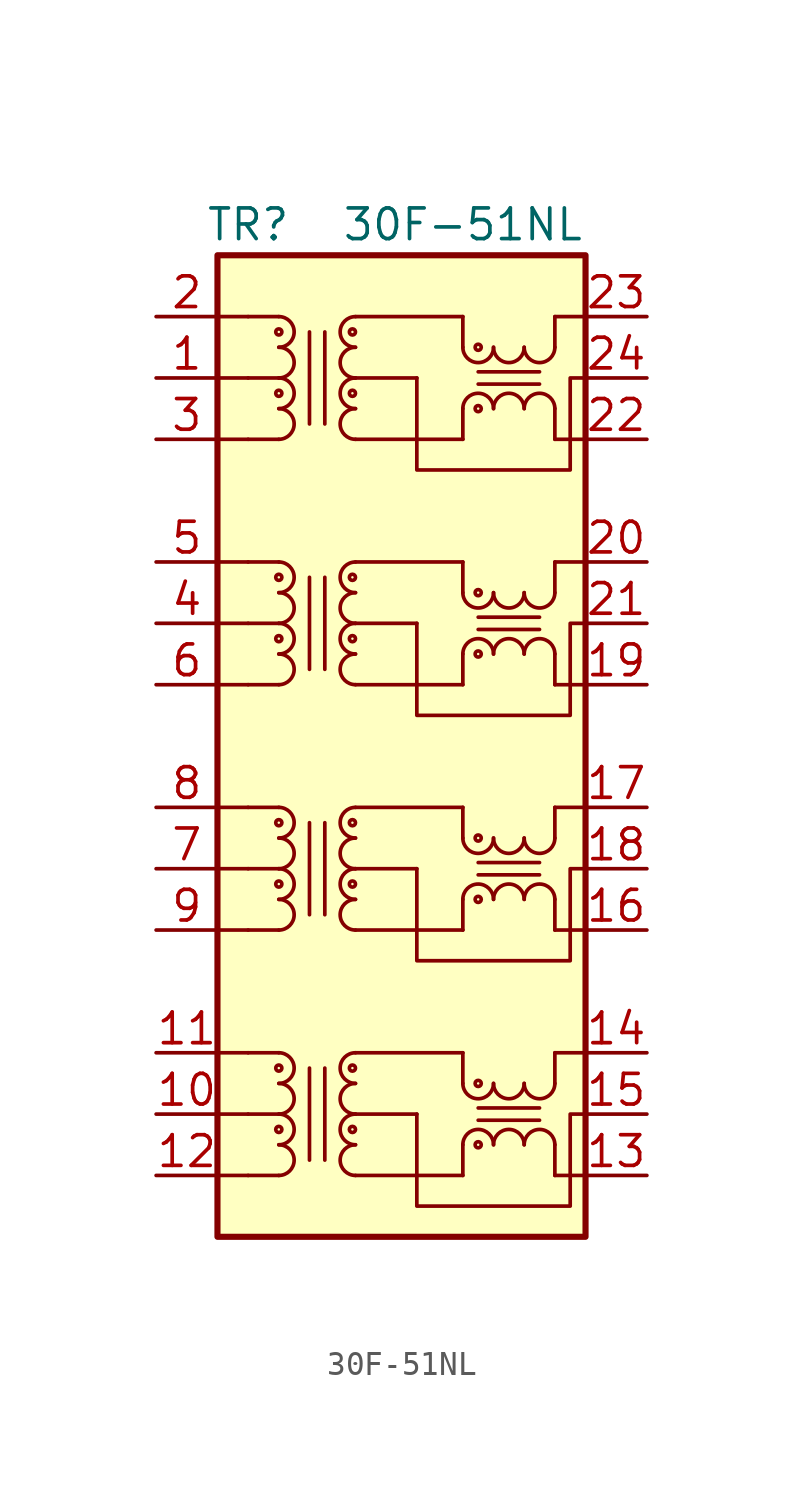
<source format=kicad_sym>
(kicad_symbol_lib
  (version 20220914)
  (generator kicad_symbol_editor)
  (symbol "30F-51NL"
    (pin_names
      (offset 1.016) hide)
    (property "Reference" "TR"
      (at -6.35 21.59 0)
      (effects (font (size 1.27 1.27))))
    (property "Value" "30F-51NL"
      (at 2.54 21.59 0)
      (effects (font (size 1.27 1.27))))
    (symbol "30F-51NL_0_1"
      (rectangle (start -7.62 20.32) (end 7.62 -20.32) (stroke (width 0.254) (type default)) (fill (type background)))
      (polyline (pts (xy 2.54 -16.51) (xy 2.54 -17.78)) (stroke (width 0) (type default)) (fill (type none)))
      (polyline (pts (xy 2.54 -12.7) (xy 2.54 -13.97)) (stroke (width 0) (type default)) (fill (type none)))
      (polyline (pts (xy 2.54 -6.35) (xy 2.54 -7.62)) (stroke (width 0) (type default)) (fill (type none)))
      (polyline (pts (xy 2.54 -2.54) (xy 2.54 -3.81)) (stroke (width 0) (type default)) (fill (type none)))
      (polyline (pts (xy 2.54 3.81) (xy 2.54 2.54)) (stroke (width 0) (type default)) (fill (type none)))
      (polyline (pts (xy 2.54 7.62) (xy 2.54 6.35)) (stroke (width 0) (type default)) (fill (type none)))
      (polyline (pts (xy 2.54 13.97) (xy 2.54 12.7)) (stroke (width 0) (type default)) (fill (type none)))
      (polyline (pts (xy 2.54 17.78) (xy 2.54 16.51)) (stroke (width 0) (type default)) (fill (type none)))
      (polyline (pts (xy 6.35 -17.78) (xy 6.35 -16.51)) (stroke (width 0) (type default)) (fill (type none)))
      (polyline (pts (xy 6.35 -13.97) (xy 6.35 -12.7)) (stroke (width 0) (type default)) (fill (type none)))
      (polyline (pts (xy 6.35 -7.62) (xy 6.35 -6.35)) (stroke (width 0) (type default)) (fill (type none)))
      (polyline (pts (xy 6.35 -3.81) (xy 6.35 -2.54)) (stroke (width 0) (type default)) (fill (type none)))
      (polyline (pts (xy 6.35 2.54) (xy 6.35 3.81)) (stroke (width 0) (type default)) (fill (type none)))
      (polyline (pts (xy 6.35 6.35) (xy 6.35 7.62)) (stroke (width 0) (type default)) (fill (type none)))
      (polyline (pts (xy 6.35 12.7) (xy 6.35 13.97)) (stroke (width 0) (type default)) (fill (type none)))
      (polyline (pts (xy 6.35 16.51) (xy 6.35 17.78)) (stroke (width 0) (type default)) (fill (type none)))
      (polyline (pts (xy 7.62 15.24) (xy 7.62 15.24)) (stroke (width 0) (type default)) (fill (type none)))
      (polyline (pts (xy 0.635 -15.24) (xy 0.635 -19.05) (xy 6.985 -19.05) (xy 6.985 -15.24) (xy 7.62 -15.24)) (stroke (width 0) (type default)) (fill (type none)))
      (polyline (pts (xy 0.635 -5.08) (xy 0.635 -8.89) (xy 6.985 -8.89) (xy 6.985 -5.08) (xy 7.62 -5.08)) (stroke (width 0) (type default)) (fill (type none)))
      (polyline (pts (xy 0.635 5.08) (xy 0.635 1.27) (xy 6.985 1.27) (xy 6.985 5.08) (xy 7.62 5.08)) (stroke (width 0) (type default)) (fill (type none)))
      (polyline (pts (xy 0.635 15.24) (xy 0.635 11.43) (xy 6.985 11.43) (xy 6.985 15.24) (xy 7.62 15.24)) (stroke (width 0) (type default)) (fill (type none)))
      (pin passive line (at -10.16 15.24 0) (length 2.54) (name "CT" (effects (font (size 1.27 1.27)))) (number "1" (effects (font (size 1.27 1.27)))))
      (pin passive line (at -10.16 -15.24 0) (length 2.54) (name "CT" (effects (font (size 1.27 1.27)))) (number "10" (effects (font (size 1.27 1.27)))))
      (pin passive line (at -10.16 -12.7 0) (length 2.54) (name "TD4+" (effects (font (size 1.27 1.27)))) (number "11" (effects (font (size 1.27 1.27)))))
      (pin passive line (at -10.16 -17.78 0) (length 2.54) (name "TD4-" (effects (font (size 1.27 1.27)))) (number "12" (effects (font (size 1.27 1.27)))))
      (pin passive line (at 10.16 -17.78 180) (length 2.54) (name "MX4-" (effects (font (size 1.27 1.27)))) (number "13" (effects (font (size 1.27 1.27)))))
      (pin passive line (at 10.16 -12.7 180) (length 2.54) (name "MX4+" (effects (font (size 1.27 1.27)))) (number "14" (effects (font (size 1.27 1.27)))))
      (pin passive line (at 10.16 -15.24 180) (length 2.54) (name "CT" (effects (font (size 1.27 1.27)))) (number "15" (effects (font (size 1.27 1.27)))))
      (pin passive line (at 10.16 -7.62 180) (length 2.54) (name "MX3-" (effects (font (size 1.27 1.27)))) (number "16" (effects (font (size 1.27 1.27)))))
      (pin passive line (at 10.16 -2.54 180) (length 2.54) (name "MX3+" (effects (font (size 1.27 1.27)))) (number "17" (effects (font (size 1.27 1.27)))))
      (pin passive line (at 10.16 -5.08 180) (length 2.54) (name "CT" (effects (font (size 1.27 1.27)))) (number "18" (effects (font (size 1.27 1.27)))))
      (pin passive line (at 10.16 2.54 180) (length 2.54) (name "MX2-" (effects (font (size 1.27 1.27)))) (number "19" (effects (font (size 1.27 1.27)))))
      (pin passive line (at -10.16 17.78 0) (length 2.54) (name "TD1+" (effects (font (size 1.27 1.27)))) (number "2" (effects (font (size 1.27 1.27)))))
      (pin passive line (at 10.16 7.62 180) (length 2.54) (name "MX2+" (effects (font (size 1.27 1.27)))) (number "20" (effects (font (size 1.27 1.27)))))
      (pin passive line (at 10.16 5.08 180) (length 2.54) (name "CT" (effects (font (size 1.27 1.27)))) (number "21" (effects (font (size 1.27 1.27)))))
      (pin passive line (at 10.16 12.7 180) (length 2.54) (name "MX1-" (effects (font (size 1.27 1.27)))) (number "22" (effects (font (size 1.27 1.27)))))
      (pin passive line (at 10.16 17.78 180) (length 2.54) (name "MX1+" (effects (font (size 1.27 1.27)))) (number "23" (effects (font (size 1.27 1.27)))))
      (pin passive line (at 10.16 15.24 180) (length 2.54) (name "CT" (effects (font (size 1.27 1.27)))) (number "24" (effects (font (size 1.27 1.27)))))
      (pin passive line (at -10.16 12.7 0) (length 2.54) (name "TD1-" (effects (font (size 1.27 1.27)))) (number "3" (effects (font (size 1.27 1.27)))))
      (pin passive line (at -10.16 5.08 0) (length 2.54) (name "CT" (effects (font (size 1.27 1.27)))) (number "4" (effects (font (size 1.27 1.27)))))
      (pin passive line (at -10.16 7.62 0) (length 2.54) (name "TD2+" (effects (font (size 1.27 1.27)))) (number "5" (effects (font (size 1.27 1.27)))))
      (pin passive line (at -10.16 2.54 0) (length 2.54) (name "TD2-" (effects (font (size 1.27 1.27)))) (number "6" (effects (font (size 1.27 1.27)))))
      (pin passive line (at -10.16 -5.08 0) (length 2.54) (name "CT" (effects (font (size 1.27 1.27)))) (number "7" (effects (font (size 1.27 1.27)))))
      (pin passive line (at -10.16 -2.54 0) (length 2.54) (name "TD3+" (effects (font (size 1.27 1.27)))) (number "8" (effects (font (size 1.27 1.27)))))
      (pin passive line (at -10.16 -7.62 0) (length 2.54) (name "TD3-" (effects (font (size 1.27 1.27)))) (number "9" (effects (font (size 1.27 1.27))))))
    (symbol "30F-51NL_1_1"
      (arc (start -5.08 -17.78) (mid -4.4477 -17.145) (end -5.08 -16.51) (stroke (width 0) (type default)) (fill (type none)))
      (arc (start -5.08 -16.51) (mid -4.4477 -15.875) (end -5.08 -15.24) (stroke (width 0) (type default)) (fill (type none)))
      (circle (center -5.08 -15.875) (radius 0.127) (stroke (width 0) (type default)) (fill (type none)))
      (arc (start -5.08 -15.24) (mid -4.4477 -14.605) (end -5.08 -13.97) (stroke (width 0) (type default)) (fill (type none)))
      (arc (start -5.08 -13.97) (mid -4.4477 -13.335) (end -5.08 -12.7) (stroke (width 0) (type default)) (fill (type none)))
      (circle (center -5.08 -13.335) (radius 0.127) (stroke (width 0) (type default)) (fill (type none)))
      (arc (start -5.08 -7.62) (mid -4.4477 -6.985) (end -5.08 -6.35) (stroke (width 0) (type default)) (fill (type none)))
      (arc (start -5.08 -6.35) (mid -4.4477 -5.715) (end -5.08 -5.08) (stroke (width 0) (type default)) (fill (type none)))
      (circle (center -5.08 -5.715) (radius 0.127) (stroke (width 0) (type default)) (fill (type none)))
      (arc (start -5.08 -5.08) (mid -4.4477 -4.445) (end -5.08 -3.81) (stroke (width 0) (type default)) (fill (type none)))
      (arc (start -5.08 -3.81) (mid -4.4477 -3.175) (end -5.08 -2.54) (stroke (width 0) (type default)) (fill (type none)))
      (circle (center -5.08 -3.175) (radius 0.127) (stroke (width 0) (type default)) (fill (type none)))
      (arc (start -5.08 2.54) (mid -4.4477 3.175) (end -5.08 3.81) (stroke (width 0) (type default)) (fill (type none)))
      (arc (start -5.08 3.81) (mid -4.4477 4.445) (end -5.08 5.08) (stroke (width 0) (type default)) (fill (type none)))
      (circle (center -5.08 4.445) (radius 0.127) (stroke (width 0) (type default)) (fill (type none)))
      (arc (start -5.08 5.08) (mid -4.4477 5.715) (end -5.08 6.35) (stroke (width 0) (type default)) (fill (type none)))
      (arc (start -5.08 6.35) (mid -4.4477 6.985) (end -5.08 7.62) (stroke (width 0) (type default)) (fill (type none)))
      (circle (center -5.08 6.985) (radius 0.127) (stroke (width 0) (type default)) (fill (type none)))
      (arc (start -5.08 12.7) (mid -4.4477 13.335) (end -5.08 13.97) (stroke (width 0) (type default)) (fill (type none)))
      (arc (start -5.08 13.97) (mid -4.4477 14.605) (end -5.08 15.24) (stroke (width 0) (type default)) (fill (type none)))
      (circle (center -5.08 14.605) (radius 0.127) (stroke (width 0) (type default)) (fill (type none)))
      (arc (start -5.08 15.24) (mid -4.4477 15.875) (end -5.08 16.51) (stroke (width 0) (type default)) (fill (type none)))
      (arc (start -5.08 16.51) (mid -4.4477 17.145) (end -5.08 17.78) (stroke (width 0) (type default)) (fill (type none)))
      (circle (center -5.08 17.145) (radius 0.127) (stroke (width 0) (type default)) (fill (type none)))
      (circle (center -2.032 -15.875) (radius 0.127) (stroke (width 0) (type default)) (fill (type none)))
      (circle (center -2.032 -13.335) (radius 0.127) (stroke (width 0) (type default)) (fill (type none)))
      (circle (center -2.032 -5.715) (radius 0.127) (stroke (width 0) (type default)) (fill (type none)))
      (circle (center -2.032 -3.175) (radius 0.127) (stroke (width 0) (type default)) (fill (type none)))
      (circle (center -2.032 4.445) (radius 0.127) (stroke (width 0) (type default)) (fill (type none)))
      (circle (center -2.032 6.985) (radius 0.127) (stroke (width 0) (type default)) (fill (type none)))
      (circle (center -2.032 14.605) (radius 0.127) (stroke (width 0) (type default)) (fill (type none)))
      (circle (center -2.032 17.145) (radius 0.127) (stroke (width 0) (type default)) (fill (type none)))
      (arc (start -1.905 -16.51) (mid -2.5373 -17.145) (end -1.905 -17.78) (stroke (width 0) (type default)) (fill (type none)))
      (arc (start -1.905 -15.24) (mid -2.5373 -15.875) (end -1.905 -16.51) (stroke (width 0) (type default)) (fill (type none)))
      (arc (start -1.905 -13.97) (mid -2.5373 -14.605) (end -1.905 -15.24) (stroke (width 0) (type default)) (fill (type none)))
      (arc (start -1.905 -12.7) (mid -2.5373 -13.335) (end -1.905 -13.97) (stroke (width 0) (type default)) (fill (type none)))
      (arc (start -1.905 -6.35) (mid -2.5373 -6.985) (end -1.905 -7.62) (stroke (width 0) (type default)) (fill (type none)))
      (arc (start -1.905 -5.08) (mid -2.5373 -5.715) (end -1.905 -6.35) (stroke (width 0) (type default)) (fill (type none)))
      (arc (start -1.905 -3.81) (mid -2.5373 -4.445) (end -1.905 -5.08) (stroke (width 0) (type default)) (fill (type none)))
      (arc (start -1.905 -2.54) (mid -2.5373 -3.175) (end -1.905 -3.81) (stroke (width 0) (type default)) (fill (type none)))
      (arc (start -1.905 3.81) (mid -2.5373 3.175) (end -1.905 2.54) (stroke (width 0) (type default)) (fill (type none)))
      (arc (start -1.905 5.08) (mid -2.5373 4.445) (end -1.905 3.81) (stroke (width 0) (type default)) (fill (type none)))
      (arc (start -1.905 6.35) (mid -2.5373 5.715) (end -1.905 5.08) (stroke (width 0) (type default)) (fill (type none)))
      (arc (start -1.905 7.62) (mid -2.5373 6.985) (end -1.905 6.35) (stroke (width 0) (type default)) (fill (type none)))
      (arc (start -1.905 13.97) (mid -2.5373 13.335) (end -1.905 12.7) (stroke (width 0) (type default)) (fill (type none)))
      (arc (start -1.905 15.24) (mid -2.5373 14.605) (end -1.905 13.97) (stroke (width 0) (type default)) (fill (type none)))
      (arc (start -1.905 16.51) (mid -2.5373 15.875) (end -1.905 15.24) (stroke (width 0) (type default)) (fill (type none)))
      (arc (start -1.905 17.78) (mid -2.5373 17.145) (end -1.905 16.51) (stroke (width 0) (type default)) (fill (type none)))
      (polyline (pts (xy -7.62 -17.78) (xy -6.35 -17.78)) (stroke (width 0) (type default)) (fill (type none)))
      (polyline (pts (xy -7.62 -15.24) (xy -6.35 -15.24)) (stroke (width 0) (type default)) (fill (type none)))
      (polyline (pts (xy -7.62 -12.7) (xy -6.35 -12.7)) (stroke (width 0) (type default)) (fill (type none)))
      (polyline (pts (xy -7.62 -7.62) (xy -6.35 -7.62)) (stroke (width 0) (type default)) (fill (type none)))
      (polyline (pts (xy -7.62 -5.08) (xy -6.35 -5.08)) (stroke (width 0) (type default)) (fill (type none)))
      (polyline (pts (xy -7.62 -2.54) (xy -6.35 -2.54)) (stroke (width 0) (type default)) (fill (type none)))
      (polyline (pts (xy -7.62 2.54) (xy -6.35 2.54)) (stroke (width 0) (type default)) (fill (type none)))
      (polyline (pts (xy -7.62 5.08) (xy -6.35 5.08)) (stroke (width 0) (type default)) (fill (type none)))
      (polyline (pts (xy -7.62 7.62) (xy -6.35 7.62)) (stroke (width 0) (type default)) (fill (type none)))
      (polyline (pts (xy -7.62 12.7) (xy -6.35 12.7)) (stroke (width 0) (type default)) (fill (type none)))
      (polyline (pts (xy -7.62 15.24) (xy -6.35 15.24)) (stroke (width 0) (type default)) (fill (type none)))
      (polyline (pts (xy -7.62 17.78) (xy -6.35 17.78)) (stroke (width 0) (type default)) (fill (type none)))
      (polyline (pts (xy -6.35 -17.78) (xy -5.08 -17.78)) (stroke (width 0) (type default)) (fill (type none)))
      (polyline (pts (xy -6.35 -15.24) (xy -5.08 -15.24)) (stroke (width 0) (type default)) (fill (type none)))
      (polyline (pts (xy -6.35 -12.7) (xy -5.08 -12.7)) (stroke (width 0) (type default)) (fill (type none)))
      (polyline (pts (xy -6.35 -7.62) (xy -5.08 -7.62)) (stroke (width 0) (type default)) (fill (type none)))
      (polyline (pts (xy -6.35 -5.08) (xy -5.08 -5.08)) (stroke (width 0) (type default)) (fill (type none)))
      (polyline (pts (xy -6.35 -2.54) (xy -5.08 -2.54)) (stroke (width 0) (type default)) (fill (type none)))
      (polyline (pts (xy -6.35 2.54) (xy -5.08 2.54)) (stroke (width 0) (type default)) (fill (type none)))
      (polyline (pts (xy -6.35 5.08) (xy -5.08 5.08)) (stroke (width 0) (type default)) (fill (type none)))
      (polyline (pts (xy -6.35 7.62) (xy -5.08 7.62)) (stroke (width 0) (type default)) (fill (type none)))
      (polyline (pts (xy -6.35 12.7) (xy -5.08 12.7)) (stroke (width 0) (type default)) (fill (type none)))
      (polyline (pts (xy -6.35 15.24) (xy -5.08 15.24)) (stroke (width 0) (type default)) (fill (type none)))
      (polyline (pts (xy -6.35 17.78) (xy -5.08 17.78)) (stroke (width 0) (type default)) (fill (type none)))
      (polyline (pts (xy -3.81 -17.145) (xy -3.81 -13.335)) (stroke (width 0) (type default)) (fill (type none)))
      (polyline (pts (xy -3.81 -6.985) (xy -3.81 -3.175)) (stroke (width 0) (type default)) (fill (type none)))
      (polyline (pts (xy -3.81 3.175) (xy -3.81 6.985)) (stroke (width 0) (type default)) (fill (type none)))
      (polyline (pts (xy -3.81 13.335) (xy -3.81 17.145)) (stroke (width 0) (type default)) (fill (type none)))
      (polyline (pts (xy -3.175 -17.145) (xy -3.175 -13.335)) (stroke (width 0) (type default)) (fill (type none)))
      (polyline (pts (xy -3.175 -6.985) (xy -3.175 -3.175)) (stroke (width 0) (type default)) (fill (type none)))
      (polyline (pts (xy -3.175 3.175) (xy -3.175 6.985)) (stroke (width 0) (type default)) (fill (type none)))
      (polyline (pts (xy -3.175 13.335) (xy -3.175 17.145)) (stroke (width 0) (type default)) (fill (type none)))
      (polyline (pts (xy 0.635 -15.24) (xy -1.905 -15.24)) (stroke (width 0) (type default)) (fill (type none)))
      (polyline (pts (xy 0.635 -5.08) (xy -1.905 -5.08)) (stroke (width 0) (type default)) (fill (type none)))
      (polyline (pts (xy 0.635 5.08) (xy -1.905 5.08)) (stroke (width 0) (type default)) (fill (type none)))
      (polyline (pts (xy 0.635 15.24) (xy -1.905 15.24)) (stroke (width 0) (type default)) (fill (type none)))
      (polyline (pts (xy 2.54 -17.78) (xy -1.905 -17.78)) (stroke (width 0) (type default)) (fill (type none)))
      (polyline (pts (xy 2.54 -12.7) (xy -1.905 -12.7)) (stroke (width 0) (type default)) (fill (type none)))
      (polyline (pts (xy 2.54 -7.62) (xy -1.905 -7.62)) (stroke (width 0) (type default)) (fill (type none)))
      (polyline (pts (xy 2.54 -2.54) (xy -1.905 -2.54)) (stroke (width 0) (type default)) (fill (type none)))
      (polyline (pts (xy 2.54 2.54) (xy -1.905 2.54)) (stroke (width 0) (type default)) (fill (type none)))
      (polyline (pts (xy 2.54 7.62) (xy -1.905 7.62)) (stroke (width 0) (type default)) (fill (type none)))
      (polyline (pts (xy 2.54 12.7) (xy -1.905 12.7)) (stroke (width 0) (type default)) (fill (type none)))
      (polyline (pts (xy 2.54 17.78) (xy -1.905 17.78)) (stroke (width 0) (type default)) (fill (type none)))
      (polyline (pts (xy 5.715 -15.494) (xy 3.175 -15.494)) (stroke (width 0) (type default)) (fill (type none)))
      (polyline (pts (xy 5.715 -14.986) (xy 3.175 -14.986)) (stroke (width 0) (type default)) (fill (type none)))
      (polyline (pts (xy 5.715 -5.334) (xy 3.175 -5.334)) (stroke (width 0) (type default)) (fill (type none)))
      (polyline (pts (xy 5.715 -4.826) (xy 3.175 -4.826)) (stroke (width 0) (type default)) (fill (type none)))
      (polyline (pts (xy 5.715 4.826) (xy 3.175 4.826)) (stroke (width 0) (type default)) (fill (type none)))
      (polyline (pts (xy 5.715 5.334) (xy 3.175 5.334)) (stroke (width 0) (type default)) (fill (type none)))
      (polyline (pts (xy 5.715 14.986) (xy 3.175 14.986)) (stroke (width 0) (type default)) (fill (type none)))
      (polyline (pts (xy 5.715 15.494) (xy 3.175 15.494)) (stroke (width 0) (type default)) (fill (type none)))
      (polyline (pts (xy 7.62 -17.78) (xy 6.35 -17.78)) (stroke (width 0) (type default)) (fill (type none)))
      (polyline (pts (xy 7.62 -12.7) (xy 6.35 -12.7)) (stroke (width 0) (type default)) (fill (type none)))
      (polyline (pts (xy 7.62 -7.62) (xy 6.35 -7.62)) (stroke (width 0) (type default)) (fill (type none)))
      (polyline (pts (xy 7.62 -2.54) (xy 6.35 -2.54)) (stroke (width 0) (type default)) (fill (type none)))
      (polyline (pts (xy 7.62 2.54) (xy 6.35 2.54)) (stroke (width 0) (type default)) (fill (type none)))
      (polyline (pts (xy 7.62 7.62) (xy 6.35 7.62)) (stroke (width 0) (type default)) (fill (type none)))
      (polyline (pts (xy 7.62 12.7) (xy 6.35 12.7)) (stroke (width 0) (type default)) (fill (type none)))
      (polyline (pts (xy 7.62 17.78) (xy 6.35 17.78)) (stroke (width 0) (type default)) (fill (type none)))
      (arc (start 2.54 -13.97) (mid 3.175 -14.6023) (end 3.81 -13.97) (stroke (width 0) (type default)) (fill (type none)))
      (arc (start 2.54 -3.81) (mid 3.175 -4.4423) (end 3.81 -3.81) (stroke (width 0) (type default)) (fill (type none)))
      (arc (start 2.54 6.35) (mid 3.175 5.7177) (end 3.81 6.35) (stroke (width 0) (type default)) (fill (type none)))
      (arc (start 2.54 16.51) (mid 3.175 15.8777) (end 3.81 16.51) (stroke (width 0) (type default)) (fill (type none)))
      (circle (center 3.175 -16.51) (radius 0.127) (stroke (width 0) (type default)) (fill (type none)))
      (circle (center 3.175 -13.97) (radius 0.127) (stroke (width 0) (type default)) (fill (type none)))
      (circle (center 3.175 -6.35) (radius 0.127) (stroke (width 0) (type default)) (fill (type none)))
      (circle (center 3.175 -3.81) (radius 0.127) (stroke (width 0) (type default)) (fill (type none)))
      (circle (center 3.175 3.81) (radius 0.127) (stroke (width 0) (type default)) (fill (type none)))
      (circle (center 3.175 6.35) (radius 0.127) (stroke (width 0) (type default)) (fill (type none)))
      (circle (center 3.175 13.97) (radius 0.127) (stroke (width 0) (type default)) (fill (type none)))
      (circle (center 3.175 16.51) (radius 0.127) (stroke (width 0) (type default)) (fill (type none)))
      (arc (start 3.81 -16.51) (mid 3.175 -15.8777) (end 2.54 -16.51) (stroke (width 0) (type default)) (fill (type none)))
      (arc (start 3.81 -13.97) (mid 4.445 -14.6023) (end 5.08 -13.97) (stroke (width 0) (type default)) (fill (type none)))
      (arc (start 3.81 -6.35) (mid 3.175 -5.7177) (end 2.54 -6.35) (stroke (width 0) (type default)) (fill (type none)))
      (arc (start 3.81 -3.81) (mid 4.445 -4.4423) (end 5.08 -3.81) (stroke (width 0) (type default)) (fill (type none)))
      (arc (start 3.81 3.81) (mid 3.175 4.4423) (end 2.54 3.81) (stroke (width 0) (type default)) (fill (type none)))
      (arc (start 3.81 6.35) (mid 4.445 5.7177) (end 5.08 6.35) (stroke (width 0) (type default)) (fill (type none)))
      (arc (start 3.81 13.97) (mid 3.175 14.6023) (end 2.54 13.97) (stroke (width 0) (type default)) (fill (type none)))
      (arc (start 3.81 16.51) (mid 4.445 15.8777) (end 5.08 16.51) (stroke (width 0) (type default)) (fill (type none)))
      (arc (start 5.08 -16.51) (mid 4.445 -15.8777) (end 3.81 -16.51) (stroke (width 0) (type default)) (fill (type none)))
      (arc (start 5.08 -13.97) (mid 5.715 -14.6023) (end 6.35 -13.97) (stroke (width 0) (type default)) (fill (type none)))
      (arc (start 5.08 -6.35) (mid 4.445 -5.7177) (end 3.81 -6.35) (stroke (width 0) (type default)) (fill (type none)))
      (arc (start 5.08 -3.81) (mid 5.715 -4.4423) (end 6.35 -3.81) (stroke (width 0) (type default)) (fill (type none)))
      (arc (start 5.08 3.81) (mid 4.445 4.4423) (end 3.81 3.81) (stroke (width 0) (type default)) (fill (type none)))
      (arc (start 5.08 6.35) (mid 5.715 5.7177) (end 6.35 6.35) (stroke (width 0) (type default)) (fill (type none)))
      (arc (start 5.08 13.97) (mid 4.445 14.6023) (end 3.81 13.97) (stroke (width 0) (type default)) (fill (type none)))
      (arc (start 5.08 16.51) (mid 5.715 15.8777) (end 6.35 16.51) (stroke (width 0) (type default)) (fill (type none)))
      (arc (start 6.35 -16.51) (mid 5.715 -15.8777) (end 5.08 -16.51) (stroke (width 0) (type default)) (fill (type none)))
      (arc (start 6.35 -6.35) (mid 5.715 -5.7177) (end 5.08 -6.35) (stroke (width 0) (type default)) (fill (type none)))
      (arc (start 6.35 3.81) (mid 5.715 4.4423) (end 5.08 3.81) (stroke (width 0) (type default)) (fill (type none)))
      (arc (start 6.35 13.97) (mid 5.715 14.6023) (end 5.08 13.97) (stroke (width 0) (type default)) (fill (type none))))))
</source>
